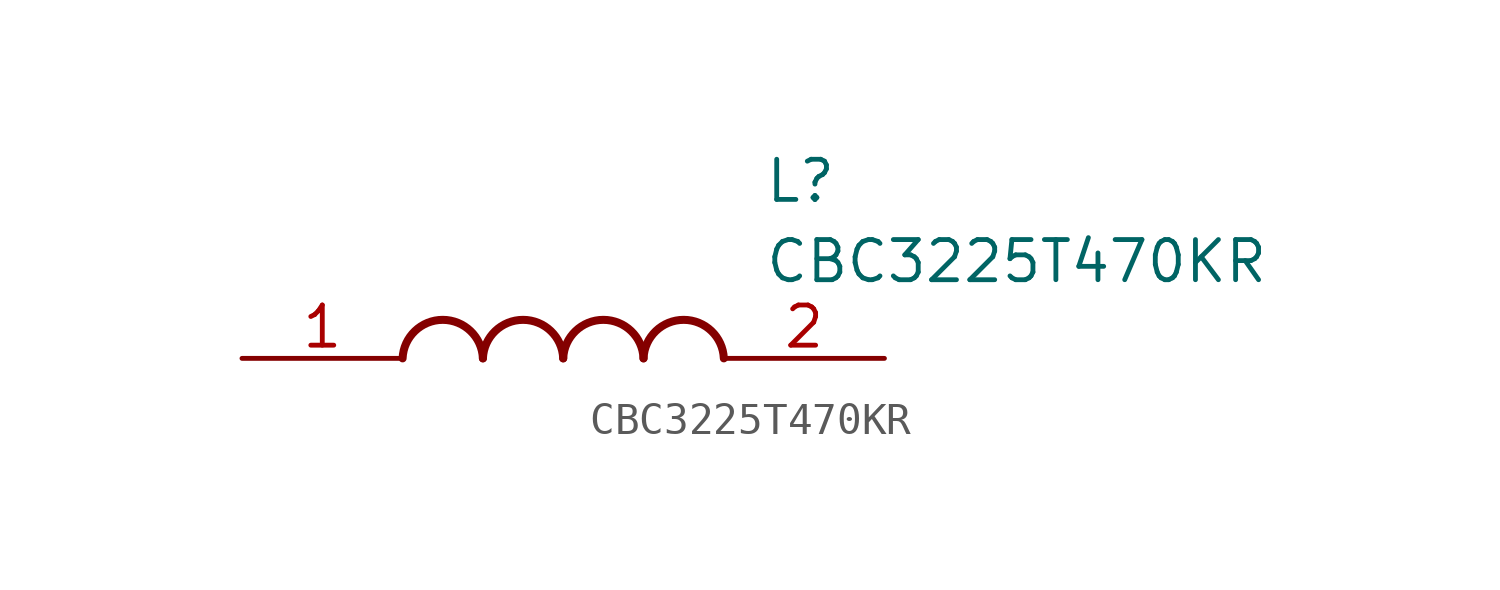
<source format=kicad_sym>
(kicad_symbol_lib
  (version 20211014)
  (generator SamacSys_ECAD_Model)
  (symbol "CBC3225T470KR"
    (pin_names hide)
    (property "Reference" "L"
      (at 16.51 6.35 0)
      (effects (font (size 1.27 1.27)) (justify left top)))
    (property "Value" "CBC3225T470KR"
      (at 16.51 3.81 0)
      (effects (font (size 1.27 1.27)) (justify left top)))
    (arc
      (start 7.62 0)
      (mid 6.35 1.219)
      (end 5.08 0)
      (stroke (width 0.254) (type default))
      (fill (type none)))
    (arc
      (start 10.16 0)
      (mid 8.89 1.219)
      (end 7.62 0)
      (stroke (width 0.254) (type default))
      (fill (type none)))
    (arc
      (start 12.7 0)
      (mid 11.43 1.219)
      (end 10.16 0)
      (stroke (width 0.254) (type default))
      (fill (type none)))
    (arc
      (start 15.24 0)
      (mid 13.97 1.219)
      (end 12.7 0)
      (stroke (width 0.254) (type default))
      (fill (type none)))
    (pin passive line
      (at 0 0 0)
      (length 5.08)
      (name "1" (effects (font (size 1.27 1.27))))
      (number "1" (effects (font (size 1.27 1.27)))))
    (pin passive line
      (at 20.32 0 180)
      (length 5.08)
      (name "2" (effects (font (size 1.27 1.27))))
      (number "2" (effects (font (size 1.27 1.27)))))))
</source>
